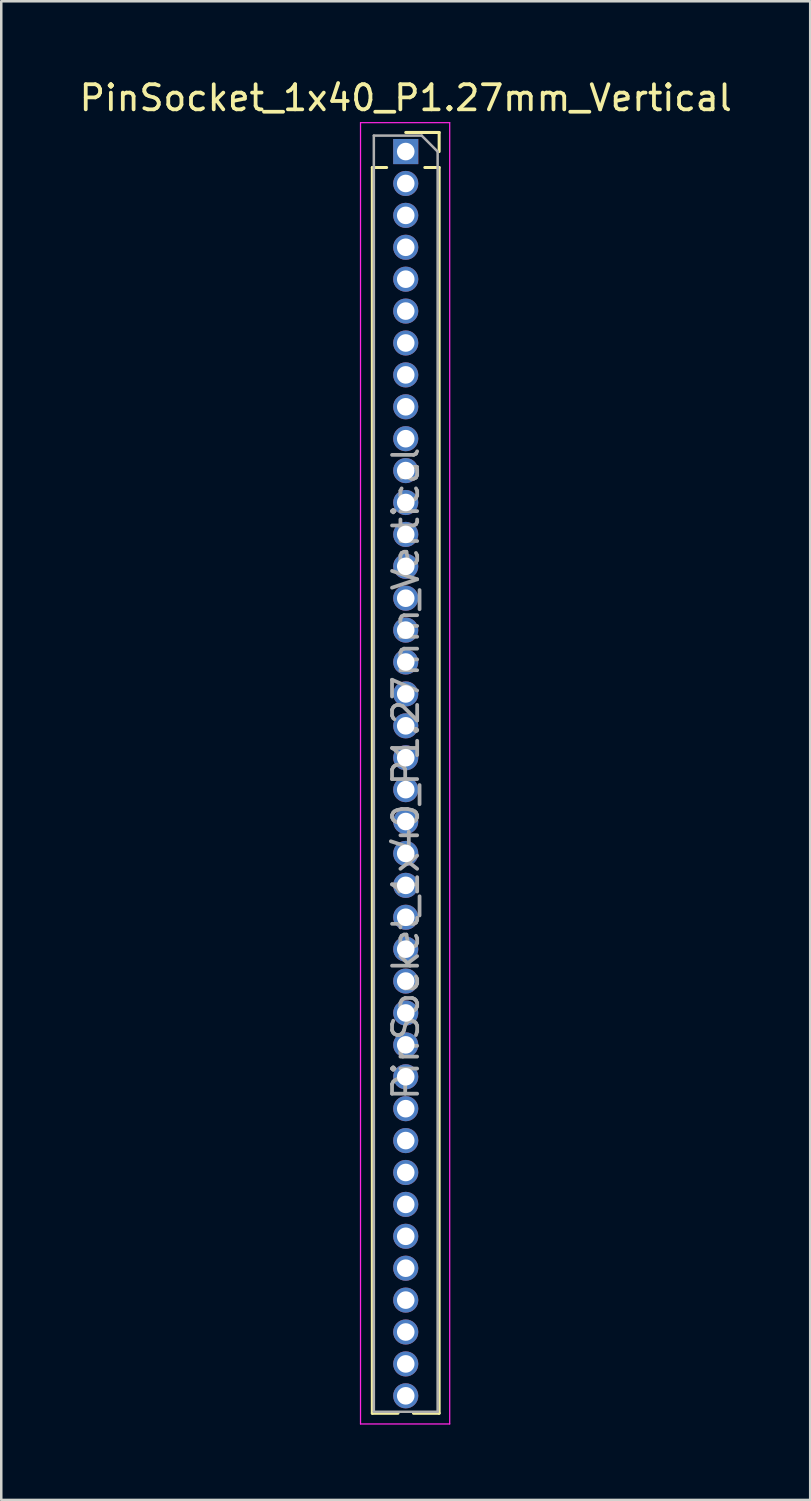
<source format=kicad_pcb>
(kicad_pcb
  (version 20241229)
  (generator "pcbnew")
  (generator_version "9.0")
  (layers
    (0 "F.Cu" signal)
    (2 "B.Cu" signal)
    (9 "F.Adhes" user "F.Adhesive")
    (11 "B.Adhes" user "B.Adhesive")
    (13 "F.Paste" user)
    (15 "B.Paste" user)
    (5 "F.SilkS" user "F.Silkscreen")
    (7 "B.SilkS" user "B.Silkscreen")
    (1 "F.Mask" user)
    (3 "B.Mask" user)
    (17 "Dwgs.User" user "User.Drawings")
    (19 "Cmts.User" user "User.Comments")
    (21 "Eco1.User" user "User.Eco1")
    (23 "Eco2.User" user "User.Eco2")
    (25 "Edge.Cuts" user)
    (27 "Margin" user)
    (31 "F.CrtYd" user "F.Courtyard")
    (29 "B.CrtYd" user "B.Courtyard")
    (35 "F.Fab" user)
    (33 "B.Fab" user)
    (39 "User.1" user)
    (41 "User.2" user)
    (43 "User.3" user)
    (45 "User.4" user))
  (footprint "PinSocket_1x40_P1.27mm_Vertical"
    (layer "F.Cu")
    (at 13.101 2.983)
    (property "Reference" "PinSocket_1x40_P1.27mm_Vertical" (at 0 -2.135 0) (layer "F.SilkS") (effects (font (size 1 1) (thickness 0.15))))
    (attr through_hole)
    (fp_line (start -1.33 0.635) (end -1.33 50.225) (stroke (width 0.12) (type solid)) (layer "F.SilkS"))
    (fp_line (start -1.33 0.635) (end -0.76 0.635) (stroke (width 0.12) (type solid)) (layer "F.SilkS"))
    (fp_line (start -1.33 50.225) (end -0.308 50.225) (stroke (width 0.12) (type solid)) (layer "F.SilkS"))
    (fp_line (start 0 -0.76) (end 1.33 -0.76) (stroke (width 0.12) (type solid)) (layer "F.SilkS"))
    (fp_line (start 0.308 50.225) (end 1.33 50.225) (stroke (width 0.12) (type solid)) (layer "F.SilkS"))
    (fp_line (start 0.76 0.635) (end 1.33 0.635) (stroke (width 0.12) (type solid)) (layer "F.SilkS"))
    (fp_line (start 1.33 -0.76) (end 1.33 0) (stroke (width 0.12) (type solid)) (layer "F.SilkS"))
    (fp_line (start 1.33 0.635) (end 1.33 50.225) (stroke (width 0.12) (type solid)) (layer "F.SilkS"))
    (fp_line (start -1.8 -1.15) (end 1.75 -1.15) (stroke (width 0.05) (type solid)) (layer "F.CrtYd"))
    (fp_line (start -1.8 50.65) (end -1.8 -1.15) (stroke (width 0.05) (type solid)) (layer "F.CrtYd"))
    (fp_line (start 1.75 -1.15) (end 1.75 50.65) (stroke (width 0.05) (type solid)) (layer "F.CrtYd"))
    (fp_line (start 1.75 50.65) (end -1.8 50.65) (stroke (width 0.05) (type solid)) (layer "F.CrtYd"))
    (fp_line (start -1.27 -0.635) (end 0.635 -0.635) (stroke (width 0.1) (type solid)) (layer "F.Fab"))
    (fp_line (start -1.27 50.165) (end -1.27 -0.635) (stroke (width 0.1) (type solid)) (layer "F.Fab"))
    (fp_line (start 0.635 -0.635) (end 1.27 0) (stroke (width 0.1) (type solid)) (layer "F.Fab"))
    (fp_line (start 1.27 0) (end 1.27 50.165) (stroke (width 0.1) (type solid)) (layer "F.Fab"))
    (fp_line (start 1.27 50.165) (end -1.27 50.165) (stroke (width 0.1) (type solid)) (layer "F.Fab"))
    (fp_text user "${REFERENCE}" (at 0 24.765 90) (layer "F.Fab") (effects (font (size 1 1) (thickness 0.15))))
    (pad "1" thru_hole rect (at 0 0) (size 1 1) (drill 0.7) (layers "*.Cu" "*.Mask"))
    (pad "2" thru_hole oval (at 0 1.27) (size 1 1) (drill 0.7) (layers "*.Cu" "*.Mask"))
    (pad "3" thru_hole oval (at 0 2.54) (size 1 1) (drill 0.7) (layers "*.Cu" "*.Mask"))
    (pad "4" thru_hole oval (at 0 3.81) (size 1 1) (drill 0.7) (layers "*.Cu" "*.Mask"))
    (pad "5" thru_hole oval (at 0 5.08) (size 1 1) (drill 0.7) (layers "*.Cu" "*.Mask"))
    (pad "6" thru_hole oval (at 0 6.35) (size 1 1) (drill 0.7) (layers "*.Cu" "*.Mask"))
    (pad "7" thru_hole oval (at 0 7.62) (size 1 1) (drill 0.7) (layers "*.Cu" "*.Mask"))
    (pad "8" thru_hole oval (at 0 8.89) (size 1 1) (drill 0.7) (layers "*.Cu" "*.Mask"))
    (pad "9" thru_hole oval (at 0 10.16) (size 1 1) (drill 0.7) (layers "*.Cu" "*.Mask"))
    (pad "10" thru_hole oval (at 0 11.43) (size 1 1) (drill 0.7) (layers "*.Cu" "*.Mask"))
    (pad "11" thru_hole oval (at 0 12.7) (size 1 1) (drill 0.7) (layers "*.Cu" "*.Mask"))
    (pad "12" thru_hole oval (at 0 13.97) (size 1 1) (drill 0.7) (layers "*.Cu" "*.Mask"))
    (pad "13" thru_hole oval (at 0 15.24) (size 1 1) (drill 0.7) (layers "*.Cu" "*.Mask"))
    (pad "14" thru_hole oval (at 0 16.51) (size 1 1) (drill 0.7) (layers "*.Cu" "*.Mask"))
    (pad "15" thru_hole oval (at 0 17.78) (size 1 1) (drill 0.7) (layers "*.Cu" "*.Mask"))
    (pad "16" thru_hole oval (at 0 19.05) (size 1 1) (drill 0.7) (layers "*.Cu" "*.Mask"))
    (pad "17" thru_hole oval (at 0 20.32) (size 1 1) (drill 0.7) (layers "*.Cu" "*.Mask"))
    (pad "18" thru_hole oval (at 0 21.59) (size 1 1) (drill 0.7) (layers "*.Cu" "*.Mask"))
    (pad "19" thru_hole oval (at 0 22.86) (size 1 1) (drill 0.7) (layers "*.Cu" "*.Mask"))
    (pad "20" thru_hole oval (at 0 24.13) (size 1 1) (drill 0.7) (layers "*.Cu" "*.Mask"))
    (pad "21" thru_hole oval (at 0 25.4) (size 1 1) (drill 0.7) (layers "*.Cu" "*.Mask"))
    (pad "22" thru_hole oval (at 0 26.67) (size 1 1) (drill 0.7) (layers "*.Cu" "*.Mask"))
    (pad "23" thru_hole oval (at 0 27.94) (size 1 1) (drill 0.7) (layers "*.Cu" "*.Mask"))
    (pad "24" thru_hole oval (at 0 29.21) (size 1 1) (drill 0.7) (layers "*.Cu" "*.Mask"))
    (pad "25" thru_hole oval (at 0 30.48) (size 1 1) (drill 0.7) (layers "*.Cu" "*.Mask"))
    (pad "26" thru_hole oval (at 0 31.75) (size 1 1) (drill 0.7) (layers "*.Cu" "*.Mask"))
    (pad "27" thru_hole oval (at 0 33.02) (size 1 1) (drill 0.7) (layers "*.Cu" "*.Mask"))
    (pad "28" thru_hole oval (at 0 34.29) (size 1 1) (drill 0.7) (layers "*.Cu" "*.Mask"))
    (pad "29" thru_hole oval (at 0 35.56) (size 1 1) (drill 0.7) (layers "*.Cu" "*.Mask"))
    (pad "30" thru_hole oval (at 0 36.83) (size 1 1) (drill 0.7) (layers "*.Cu" "*.Mask"))
    (pad "31" thru_hole oval (at 0 38.1) (size 1 1) (drill 0.7) (layers "*.Cu" "*.Mask"))
    (pad "32" thru_hole oval (at 0 39.37) (size 1 1) (drill 0.7) (layers "*.Cu" "*.Mask"))
    (pad "33" thru_hole oval (at 0 40.64) (size 1 1) (drill 0.7) (layers "*.Cu" "*.Mask"))
    (pad "34" thru_hole oval (at 0 41.91) (size 1 1) (drill 0.7) (layers "*.Cu" "*.Mask"))
    (pad "35" thru_hole oval (at 0 43.18) (size 1 1) (drill 0.7) (layers "*.Cu" "*.Mask"))
    (pad "36" thru_hole oval (at 0 44.45) (size 1 1) (drill 0.7) (layers "*.Cu" "*.Mask"))
    (pad "37" thru_hole oval (at 0 45.72) (size 1 1) (drill 0.7) (layers "*.Cu" "*.Mask"))
    (pad "38" thru_hole oval (at 0 46.99) (size 1 1) (drill 0.7) (layers "*.Cu" "*.Mask"))
    (pad "39" thru_hole oval (at 0 48.26) (size 1 1) (drill 0.7) (layers "*.Cu" "*.Mask"))
    (pad "40" thru_hole oval (at 0 49.53) (size 1 1) (drill 0.7) (layers "*.Cu" "*.Mask")))
  (gr_rect
    (start -3 -3)
    (end 29.202 56.658)
    (stroke (width 0.1) (type default))
    (fill no)
    (layer "Edge.Cuts")))
</source>
